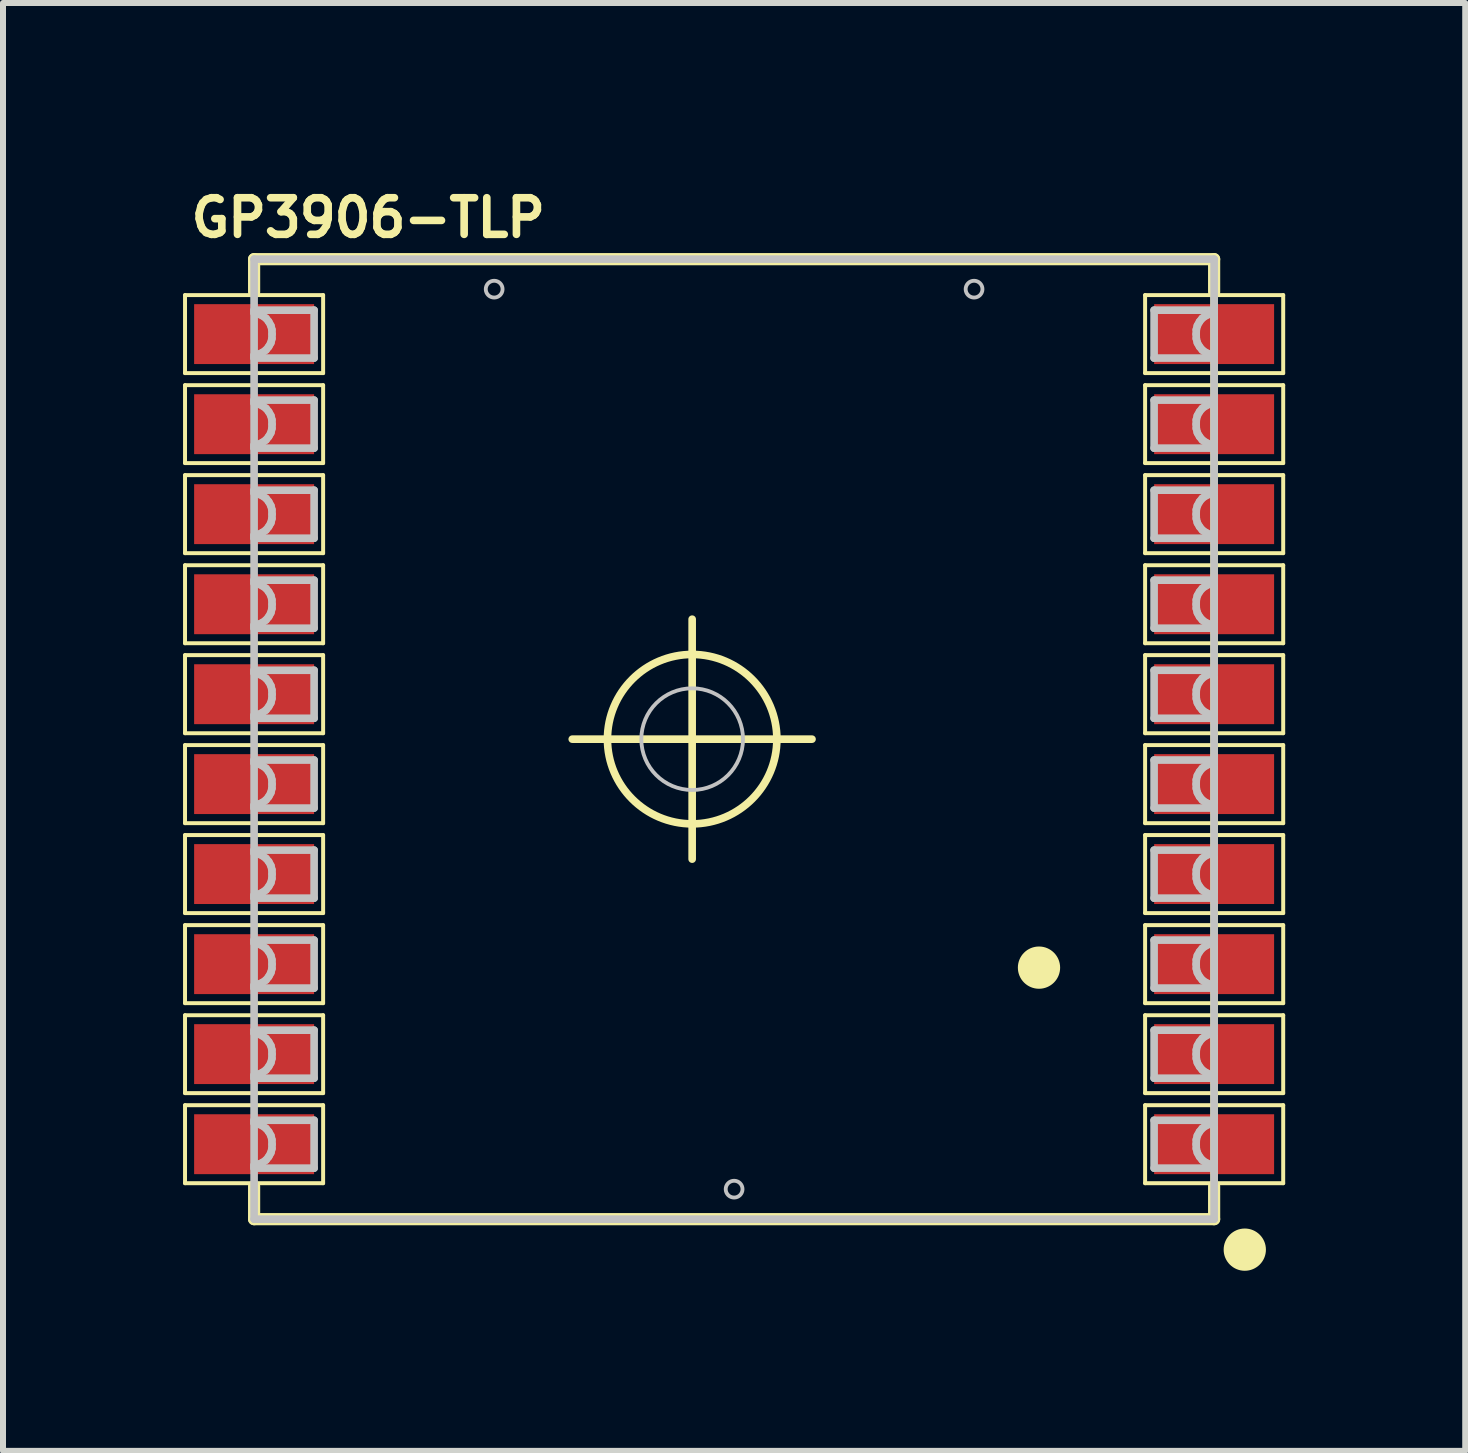
<source format=kicad_pcb>
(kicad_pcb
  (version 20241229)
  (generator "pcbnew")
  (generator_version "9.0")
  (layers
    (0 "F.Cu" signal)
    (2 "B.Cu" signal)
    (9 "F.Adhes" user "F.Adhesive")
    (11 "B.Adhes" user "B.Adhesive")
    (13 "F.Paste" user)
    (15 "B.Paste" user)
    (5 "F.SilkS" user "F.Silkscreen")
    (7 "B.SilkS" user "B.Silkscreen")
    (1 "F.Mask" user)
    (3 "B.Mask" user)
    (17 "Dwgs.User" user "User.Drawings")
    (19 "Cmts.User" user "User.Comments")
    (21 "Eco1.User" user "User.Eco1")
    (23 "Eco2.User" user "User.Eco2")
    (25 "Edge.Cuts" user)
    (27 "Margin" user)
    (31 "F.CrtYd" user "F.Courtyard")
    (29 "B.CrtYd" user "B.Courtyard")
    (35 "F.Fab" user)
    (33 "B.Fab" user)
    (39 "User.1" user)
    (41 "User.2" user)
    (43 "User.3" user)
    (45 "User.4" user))
  (footprint "GP3906-TLP"
    (layer "F.Cu")
    (at 9.182 9.266)
    (property "Reference" "GP3906-TLP" (at -6.096 -8.687 0) (layer "F.SilkS") (effects (font (size 0.61 0.61) (thickness 0.127))))
    (attr smd)
    (fp_line (start -9.149 -7.399) (end -6.848 -7.399) (stroke (width 0.066) (type solid)) (layer "F.SilkS"))
    (fp_line (start -9.149 -6.099) (end -9.149 -7.399) (stroke (width 0.066) (type solid)) (layer "F.SilkS"))
    (fp_line (start -9.149 -6.099) (end -6.848 -6.099) (stroke (width 0.066) (type solid)) (layer "F.SilkS"))
    (fp_line (start -9.149 -5.898) (end -6.848 -5.898) (stroke (width 0.066) (type solid)) (layer "F.SilkS"))
    (fp_line (start -9.149 -4.6) (end -9.149 -5.898) (stroke (width 0.066) (type solid)) (layer "F.SilkS"))
    (fp_line (start -9.149 -4.6) (end -6.848 -4.6) (stroke (width 0.066) (type solid)) (layer "F.SilkS"))
    (fp_line (start -9.149 -4.399) (end -6.848 -4.399) (stroke (width 0.066) (type solid)) (layer "F.SilkS"))
    (fp_line (start -9.149 -3.099) (end -9.149 -4.399) (stroke (width 0.066) (type solid)) (layer "F.SilkS"))
    (fp_line (start -9.149 -3.099) (end -6.848 -3.099) (stroke (width 0.066) (type solid)) (layer "F.SilkS"))
    (fp_line (start -9.149 -2.898) (end -6.848 -2.898) (stroke (width 0.066) (type solid)) (layer "F.SilkS"))
    (fp_line (start -9.149 -1.598) (end -9.149 -2.898) (stroke (width 0.066) (type solid)) (layer "F.SilkS"))
    (fp_line (start -9.149 -1.598) (end -6.848 -1.598) (stroke (width 0.066) (type solid)) (layer "F.SilkS"))
    (fp_line (start -9.149 -1.4) (end -6.848 -1.4) (stroke (width 0.066) (type solid)) (layer "F.SilkS"))
    (fp_line (start -9.149 -0.099) (end -9.149 -1.4) (stroke (width 0.066) (type solid)) (layer "F.SilkS"))
    (fp_line (start -9.149 -0.099) (end -6.848 -0.099) (stroke (width 0.066) (type solid)) (layer "F.SilkS"))
    (fp_line (start -9.149 0.099) (end -6.848 0.099) (stroke (width 0.066) (type solid)) (layer "F.SilkS"))
    (fp_line (start -9.149 1.4) (end -9.149 0.099) (stroke (width 0.066) (type solid)) (layer "F.SilkS"))
    (fp_line (start -9.149 1.4) (end -6.848 1.4) (stroke (width 0.066) (type solid)) (layer "F.SilkS"))
    (fp_line (start -9.149 1.598) (end -6.848 1.598) (stroke (width 0.066) (type solid)) (layer "F.SilkS"))
    (fp_line (start -9.149 2.898) (end -9.149 1.598) (stroke (width 0.066) (type solid)) (layer "F.SilkS"))
    (fp_line (start -9.149 2.898) (end -6.848 2.898) (stroke (width 0.066) (type solid)) (layer "F.SilkS"))
    (fp_line (start -9.149 3.099) (end -6.848 3.099) (stroke (width 0.066) (type solid)) (layer "F.SilkS"))
    (fp_line (start -9.149 4.399) (end -9.149 3.099) (stroke (width 0.066) (type solid)) (layer "F.SilkS"))
    (fp_line (start -9.149 4.399) (end -6.848 4.399) (stroke (width 0.066) (type solid)) (layer "F.SilkS"))
    (fp_line (start -9.149 4.6) (end -6.848 4.6) (stroke (width 0.066) (type solid)) (layer "F.SilkS"))
    (fp_line (start -9.149 5.898) (end -9.149 4.6) (stroke (width 0.066) (type solid)) (layer "F.SilkS"))
    (fp_line (start -9.149 5.898) (end -6.848 5.898) (stroke (width 0.066) (type solid)) (layer "F.SilkS"))
    (fp_line (start -9.149 6.099) (end -6.848 6.099) (stroke (width 0.066) (type solid)) (layer "F.SilkS"))
    (fp_line (start -9.149 7.399) (end -9.149 6.099) (stroke (width 0.066) (type solid)) (layer "F.SilkS"))
    (fp_line (start -9.149 7.399) (end -6.848 7.399) (stroke (width 0.066) (type solid)) (layer "F.SilkS"))
    (fp_line (start -7.998 -7.998) (end -7.998 -7.45) (stroke (width 0.203) (type solid)) (layer "F.SilkS"))
    (fp_line (start -7.998 -7.998) (end 7.998 -7.998) (stroke (width 0.203) (type solid)) (layer "F.SilkS"))
    (fp_line (start -7.998 7.998) (end -7.998 7.45) (stroke (width 0.203) (type solid)) (layer "F.SilkS"))
    (fp_line (start -6.848 -6.099) (end -6.848 -7.399) (stroke (width 0.066) (type solid)) (layer "F.SilkS"))
    (fp_line (start -6.848 -4.6) (end -6.848 -5.898) (stroke (width 0.066) (type solid)) (layer "F.SilkS"))
    (fp_line (start -6.848 -3.099) (end -6.848 -4.399) (stroke (width 0.066) (type solid)) (layer "F.SilkS"))
    (fp_line (start -6.848 -1.598) (end -6.848 -2.898) (stroke (width 0.066) (type solid)) (layer "F.SilkS"))
    (fp_line (start -6.848 -0.099) (end -6.848 -1.4) (stroke (width 0.066) (type solid)) (layer "F.SilkS"))
    (fp_line (start -6.848 1.4) (end -6.848 0.099) (stroke (width 0.066) (type solid)) (layer "F.SilkS"))
    (fp_line (start -6.848 2.898) (end -6.848 1.598) (stroke (width 0.066) (type solid)) (layer "F.SilkS"))
    (fp_line (start -6.848 4.399) (end -6.848 3.099) (stroke (width 0.066) (type solid)) (layer "F.SilkS"))
    (fp_line (start -6.848 5.898) (end -6.848 4.6) (stroke (width 0.066) (type solid)) (layer "F.SilkS"))
    (fp_line (start -6.848 7.399) (end -6.848 6.099) (stroke (width 0.066) (type solid)) (layer "F.SilkS"))
    (fp_line (start -2.697 0) (end 1.298 0) (stroke (width 0.127) (type solid)) (layer "F.SilkS"))
    (fp_line (start -0.699 1.999) (end -0.699 -1.999) (stroke (width 0.127) (type solid)) (layer "F.SilkS"))
    (fp_line (start 6.848 -7.399) (end 9.149 -7.399) (stroke (width 0.066) (type solid)) (layer "F.SilkS"))
    (fp_line (start 6.848 -6.099) (end 6.848 -7.399) (stroke (width 0.066) (type solid)) (layer "F.SilkS"))
    (fp_line (start 6.848 -6.099) (end 9.149 -6.099) (stroke (width 0.066) (type solid)) (layer "F.SilkS"))
    (fp_line (start 6.848 -5.898) (end 9.149 -5.898) (stroke (width 0.066) (type solid)) (layer "F.SilkS"))
    (fp_line (start 6.848 -4.6) (end 6.848 -5.898) (stroke (width 0.066) (type solid)) (layer "F.SilkS"))
    (fp_line (start 6.848 -4.6) (end 9.149 -4.6) (stroke (width 0.066) (type solid)) (layer "F.SilkS"))
    (fp_line (start 6.848 -4.399) (end 9.149 -4.399) (stroke (width 0.066) (type solid)) (layer "F.SilkS"))
    (fp_line (start 6.848 -3.099) (end 6.848 -4.399) (stroke (width 0.066) (type solid)) (layer "F.SilkS"))
    (fp_line (start 6.848 -3.099) (end 9.149 -3.099) (stroke (width 0.066) (type solid)) (layer "F.SilkS"))
    (fp_line (start 6.848 -2.898) (end 9.149 -2.898) (stroke (width 0.066) (type solid)) (layer "F.SilkS"))
    (fp_line (start 6.848 -1.598) (end 6.848 -2.898) (stroke (width 0.066) (type solid)) (layer "F.SilkS"))
    (fp_line (start 6.848 -1.598) (end 9.149 -1.598) (stroke (width 0.066) (type solid)) (layer "F.SilkS"))
    (fp_line (start 6.848 -1.4) (end 9.149 -1.4) (stroke (width 0.066) (type solid)) (layer "F.SilkS"))
    (fp_line (start 6.848 -0.099) (end 6.848 -1.4) (stroke (width 0.066) (type solid)) (layer "F.SilkS"))
    (fp_line (start 6.848 -0.099) (end 9.149 -0.099) (stroke (width 0.066) (type solid)) (layer "F.SilkS"))
    (fp_line (start 6.848 0.099) (end 9.149 0.099) (stroke (width 0.066) (type solid)) (layer "F.SilkS"))
    (fp_line (start 6.848 1.4) (end 6.848 0.099) (stroke (width 0.066) (type solid)) (layer "F.SilkS"))
    (fp_line (start 6.848 1.4) (end 9.149 1.4) (stroke (width 0.066) (type solid)) (layer "F.SilkS"))
    (fp_line (start 6.848 1.598) (end 9.149 1.598) (stroke (width 0.066) (type solid)) (layer "F.SilkS"))
    (fp_line (start 6.848 2.898) (end 6.848 1.598) (stroke (width 0.066) (type solid)) (layer "F.SilkS"))
    (fp_line (start 6.848 2.898) (end 9.149 2.898) (stroke (width 0.066) (type solid)) (layer "F.SilkS"))
    (fp_line (start 6.848 3.099) (end 9.149 3.099) (stroke (width 0.066) (type solid)) (layer "F.SilkS"))
    (fp_line (start 6.848 4.399) (end 6.848 3.099) (stroke (width 0.066) (type solid)) (layer "F.SilkS"))
    (fp_line (start 6.848 4.399) (end 9.149 4.399) (stroke (width 0.066) (type solid)) (layer "F.SilkS"))
    (fp_line (start 6.848 4.6) (end 9.149 4.6) (stroke (width 0.066) (type solid)) (layer "F.SilkS"))
    (fp_line (start 6.848 5.898) (end 6.848 4.6) (stroke (width 0.066) (type solid)) (layer "F.SilkS"))
    (fp_line (start 6.848 5.898) (end 9.149 5.898) (stroke (width 0.066) (type solid)) (layer "F.SilkS"))
    (fp_line (start 6.848 6.099) (end 9.149 6.099) (stroke (width 0.066) (type solid)) (layer "F.SilkS"))
    (fp_line (start 6.848 7.399) (end 6.848 6.099) (stroke (width 0.066) (type solid)) (layer "F.SilkS"))
    (fp_line (start 6.848 7.399) (end 9.149 7.399) (stroke (width 0.066) (type solid)) (layer "F.SilkS"))
    (fp_line (start 7.998 -7.998) (end 7.998 -7.45) (stroke (width 0.203) (type solid)) (layer "F.SilkS"))
    (fp_line (start 7.998 -7.45) (end 7.998 7.45) (stroke (width 0.127) (type solid)) (layer "F.SilkS"))
    (fp_line (start 7.998 7.998) (end -7.998 7.998) (stroke (width 0.203) (type solid)) (layer "F.SilkS"))
    (fp_line (start 7.998 7.998) (end 7.998 7.45) (stroke (width 0.203) (type solid)) (layer "F.SilkS"))
    (fp_line (start 9.149 -6.099) (end 9.149 -7.399) (stroke (width 0.066) (type solid)) (layer "F.SilkS"))
    (fp_line (start 9.149 -4.6) (end 9.149 -5.898) (stroke (width 0.066) (type solid)) (layer "F.SilkS"))
    (fp_line (start 9.149 -3.099) (end 9.149 -4.399) (stroke (width 0.066) (type solid)) (layer "F.SilkS"))
    (fp_line (start 9.149 -1.598) (end 9.149 -2.898) (stroke (width 0.066) (type solid)) (layer "F.SilkS"))
    (fp_line (start 9.149 -0.099) (end 9.149 -1.4) (stroke (width 0.066) (type solid)) (layer "F.SilkS"))
    (fp_line (start 9.149 1.4) (end 9.149 0.099) (stroke (width 0.066) (type solid)) (layer "F.SilkS"))
    (fp_line (start 9.149 2.898) (end 9.149 1.598) (stroke (width 0.066) (type solid)) (layer "F.SilkS"))
    (fp_line (start 9.149 4.399) (end 9.149 3.099) (stroke (width 0.066) (type solid)) (layer "F.SilkS"))
    (fp_line (start 9.149 5.898) (end 9.149 4.6) (stroke (width 0.066) (type solid)) (layer "F.SilkS"))
    (fp_line (start 9.149 7.399) (end 9.149 6.099) (stroke (width 0.066) (type solid)) (layer "F.SilkS"))
    (fp_circle (center -0.699 0) (end -1.697 0.998) (stroke (width 0.127) (type solid)) (fill no) (layer "F.SilkS"))
    (fp_circle (center 5.08 3.807) (end 5.329 4.056) (stroke (width 0) (type solid)) (fill yes) (layer "F.SilkS"))
    (fp_circle (center 8.509 8.506) (end 8.758 8.755) (stroke (width 0) (type solid)) (fill yes) (layer "F.SilkS"))
    (fp_line (start -7.998 -7.998) (end 7.998 -7.998) (stroke (width 0.127) (type solid)) (layer "Dwgs.User"))
    (fp_line (start -7.998 -7.148) (end -6.998 -7.148) (stroke (width 0.127) (type solid)) (layer "Dwgs.User"))
    (fp_line (start -7.998 -7.099) (end -7.998 -7.148) (stroke (width 0.127) (type solid)) (layer "Dwgs.User"))
    (fp_line (start -7.998 -6.398) (end -7.927 -6.413) (stroke (width 0.127) (type solid)) (layer "Dwgs.User"))
    (fp_line (start -7.998 -6.35) (end -7.998 -6.398) (stroke (width 0.127) (type solid)) (layer "Dwgs.User"))
    (fp_line (start -7.998 -5.649) (end -6.998 -5.649) (stroke (width 0.127) (type solid)) (layer "Dwgs.User"))
    (fp_line (start -7.998 -5.598) (end -7.998 -5.649) (stroke (width 0.127) (type solid)) (layer "Dwgs.User"))
    (fp_line (start -7.998 -4.9) (end -7.927 -4.912) (stroke (width 0.127) (type solid)) (layer "Dwgs.User"))
    (fp_line (start -7.998 -4.849) (end -7.998 -4.9) (stroke (width 0.127) (type solid)) (layer "Dwgs.User"))
    (fp_line (start -7.998 -4.148) (end -6.998 -4.148) (stroke (width 0.127) (type solid)) (layer "Dwgs.User"))
    (fp_line (start -7.998 -4.1) (end -7.998 -4.148) (stroke (width 0.127) (type solid)) (layer "Dwgs.User"))
    (fp_line (start -7.998 -3.399) (end -7.927 -3.411) (stroke (width 0.127) (type solid)) (layer "Dwgs.User"))
    (fp_line (start -7.998 -3.348) (end -7.998 -3.399) (stroke (width 0.127) (type solid)) (layer "Dwgs.User"))
    (fp_line (start -7.998 -2.649) (end -6.998 -2.649) (stroke (width 0.127) (type solid)) (layer "Dwgs.User"))
    (fp_line (start -7.998 -2.598) (end -7.998 -2.649) (stroke (width 0.127) (type solid)) (layer "Dwgs.User"))
    (fp_line (start -7.998 -1.9) (end -7.927 -1.913) (stroke (width 0.127) (type solid)) (layer "Dwgs.User"))
    (fp_line (start -7.998 -1.849) (end -7.998 -1.9) (stroke (width 0.127) (type solid)) (layer "Dwgs.User"))
    (fp_line (start -7.998 -1.148) (end -6.998 -1.148) (stroke (width 0.127) (type solid)) (layer "Dwgs.User"))
    (fp_line (start -7.998 -1.1) (end -7.998 -1.148) (stroke (width 0.127) (type solid)) (layer "Dwgs.User"))
    (fp_line (start -7.998 -0.399) (end -7.927 -0.411) (stroke (width 0.127) (type solid)) (layer "Dwgs.User"))
    (fp_line (start -7.998 -0.348) (end -7.998 -0.399) (stroke (width 0.127) (type solid)) (layer "Dwgs.User"))
    (fp_line (start -7.998 0.348) (end -6.998 0.348) (stroke (width 0.127) (type solid)) (layer "Dwgs.User"))
    (fp_line (start -7.998 0.399) (end -7.998 0.348) (stroke (width 0.127) (type solid)) (layer "Dwgs.User"))
    (fp_line (start -7.998 1.1) (end -7.927 1.085) (stroke (width 0.127) (type solid)) (layer "Dwgs.User"))
    (fp_line (start -7.998 1.148) (end -7.998 1.1) (stroke (width 0.127) (type solid)) (layer "Dwgs.User"))
    (fp_line (start -7.998 1.849) (end -6.998 1.849) (stroke (width 0.127) (type solid)) (layer "Dwgs.User"))
    (fp_line (start -7.998 1.9) (end -7.998 1.849) (stroke (width 0.127) (type solid)) (layer "Dwgs.User"))
    (fp_line (start -7.998 2.598) (end -7.927 2.586) (stroke (width 0.127) (type solid)) (layer "Dwgs.User"))
    (fp_line (start -7.998 2.649) (end -7.998 2.598) (stroke (width 0.127) (type solid)) (layer "Dwgs.User"))
    (fp_line (start -7.998 3.348) (end -6.998 3.348) (stroke (width 0.127) (type solid)) (layer "Dwgs.User"))
    (fp_line (start -7.998 3.399) (end -7.998 3.348) (stroke (width 0.127) (type solid)) (layer "Dwgs.User"))
    (fp_line (start -7.998 4.1) (end -7.927 4.084) (stroke (width 0.127) (type solid)) (layer "Dwgs.User"))
    (fp_line (start -7.998 4.148) (end -7.998 4.1) (stroke (width 0.127) (type solid)) (layer "Dwgs.User"))
    (fp_line (start -7.998 4.849) (end -6.998 4.849) (stroke (width 0.127) (type solid)) (layer "Dwgs.User"))
    (fp_line (start -7.998 4.9) (end -7.998 4.849) (stroke (width 0.127) (type solid)) (layer "Dwgs.User"))
    (fp_line (start -7.998 5.598) (end -7.927 5.585) (stroke (width 0.127) (type solid)) (layer "Dwgs.User"))
    (fp_line (start -7.998 5.649) (end -7.998 5.598) (stroke (width 0.127) (type solid)) (layer "Dwgs.User"))
    (fp_line (start -7.998 6.35) (end -6.998 6.35) (stroke (width 0.127) (type solid)) (layer "Dwgs.User"))
    (fp_line (start -7.998 6.398) (end -7.998 6.35) (stroke (width 0.127) (type solid)) (layer "Dwgs.User"))
    (fp_line (start -7.998 7.099) (end -7.927 7.084) (stroke (width 0.127) (type solid)) (layer "Dwgs.User"))
    (fp_line (start -7.998 7.148) (end -7.998 7.099) (stroke (width 0.127) (type solid)) (layer "Dwgs.User"))
    (fp_line (start -7.998 7.998) (end -7.998 -7.998) (stroke (width 0.127) (type solid)) (layer "Dwgs.User"))
    (fp_line (start -7.927 -7.084) (end -7.998 -7.099) (stroke (width 0.127) (type solid)) (layer "Dwgs.User"))
    (fp_line (start -7.927 -6.413) (end -7.861 -6.441) (stroke (width 0.127) (type solid)) (layer "Dwgs.User"))
    (fp_line (start -7.927 -5.585) (end -7.998 -5.598) (stroke (width 0.127) (type solid)) (layer "Dwgs.User"))
    (fp_line (start -7.927 -4.912) (end -7.861 -4.943) (stroke (width 0.127) (type solid)) (layer "Dwgs.User"))
    (fp_line (start -7.927 -4.084) (end -7.998 -4.1) (stroke (width 0.127) (type solid)) (layer "Dwgs.User"))
    (fp_line (start -7.927 -3.411) (end -7.861 -3.442) (stroke (width 0.127) (type solid)) (layer "Dwgs.User"))
    (fp_line (start -7.927 -2.586) (end -7.998 -2.598) (stroke (width 0.127) (type solid)) (layer "Dwgs.User"))
    (fp_line (start -7.927 -1.913) (end -7.861 -1.941) (stroke (width 0.127) (type solid)) (layer "Dwgs.User"))
    (fp_line (start -7.927 -1.085) (end -7.998 -1.1) (stroke (width 0.127) (type solid)) (layer "Dwgs.User"))
    (fp_line (start -7.927 -0.411) (end -7.861 -0.442) (stroke (width 0.127) (type solid)) (layer "Dwgs.User"))
    (fp_line (start -7.927 0.411) (end -7.998 0.399) (stroke (width 0.127) (type solid)) (layer "Dwgs.User"))
    (fp_line (start -7.927 1.085) (end -7.861 1.057) (stroke (width 0.127) (type solid)) (layer "Dwgs.User"))
    (fp_line (start -7.927 1.913) (end -7.998 1.9) (stroke (width 0.127) (type solid)) (layer "Dwgs.User"))
    (fp_line (start -7.927 2.586) (end -7.861 2.555) (stroke (width 0.127) (type solid)) (layer "Dwgs.User"))
    (fp_line (start -7.927 3.411) (end -7.998 3.399) (stroke (width 0.127) (type solid)) (layer "Dwgs.User"))
    (fp_line (start -7.927 4.084) (end -7.861 4.056) (stroke (width 0.127) (type solid)) (layer "Dwgs.User"))
    (fp_line (start -7.927 4.912) (end -7.998 4.9) (stroke (width 0.127) (type solid)) (layer "Dwgs.User"))
    (fp_line (start -7.927 5.585) (end -7.861 5.555) (stroke (width 0.127) (type solid)) (layer "Dwgs.User"))
    (fp_line (start -7.927 6.413) (end -7.998 6.398) (stroke (width 0.127) (type solid)) (layer "Dwgs.User"))
    (fp_line (start -7.927 7.084) (end -7.861 7.056) (stroke (width 0.127) (type solid)) (layer "Dwgs.User"))
    (fp_line (start -7.861 -7.056) (end -7.927 -7.084) (stroke (width 0.127) (type solid)) (layer "Dwgs.User"))
    (fp_line (start -7.861 -6.441) (end -7.8 -6.485) (stroke (width 0.127) (type solid)) (layer "Dwgs.User"))
    (fp_line (start -7.861 -5.555) (end -7.927 -5.585) (stroke (width 0.127) (type solid)) (layer "Dwgs.User"))
    (fp_line (start -7.861 -4.943) (end -7.8 -4.986) (stroke (width 0.127) (type solid)) (layer "Dwgs.User"))
    (fp_line (start -7.861 -4.056) (end -7.927 -4.084) (stroke (width 0.127) (type solid)) (layer "Dwgs.User"))
    (fp_line (start -7.861 -3.442) (end -7.8 -3.485) (stroke (width 0.127) (type solid)) (layer "Dwgs.User"))
    (fp_line (start -7.861 -2.555) (end -7.927 -2.586) (stroke (width 0.127) (type solid)) (layer "Dwgs.User"))
    (fp_line (start -7.861 -1.941) (end -7.8 -1.986) (stroke (width 0.127) (type solid)) (layer "Dwgs.User"))
    (fp_line (start -7.861 -1.057) (end -7.927 -1.085) (stroke (width 0.127) (type solid)) (layer "Dwgs.User"))
    (fp_line (start -7.861 -0.442) (end -7.8 -0.485) (stroke (width 0.127) (type solid)) (layer "Dwgs.User"))
    (fp_line (start -7.861 0.442) (end -7.927 0.411) (stroke (width 0.127) (type solid)) (layer "Dwgs.User"))
    (fp_line (start -7.861 1.057) (end -7.8 1.013) (stroke (width 0.127) (type solid)) (layer "Dwgs.User"))
    (fp_line (start -7.861 1.941) (end -7.927 1.913) (stroke (width 0.127) (type solid)) (layer "Dwgs.User"))
    (fp_line (start -7.861 2.555) (end -7.8 2.512) (stroke (width 0.127) (type solid)) (layer "Dwgs.User"))
    (fp_line (start -7.861 3.442) (end -7.927 3.411) (stroke (width 0.127) (type solid)) (layer "Dwgs.User"))
    (fp_line (start -7.861 4.056) (end -7.8 4.013) (stroke (width 0.127) (type solid)) (layer "Dwgs.User"))
    (fp_line (start -7.861 4.943) (end -7.927 4.912) (stroke (width 0.127) (type solid)) (layer "Dwgs.User"))
    (fp_line (start -7.861 5.555) (end -7.8 5.512) (stroke (width 0.127) (type solid)) (layer "Dwgs.User"))
    (fp_line (start -7.861 6.441) (end -7.927 6.413) (stroke (width 0.127) (type solid)) (layer "Dwgs.User"))
    (fp_line (start -7.861 7.056) (end -7.8 7.013) (stroke (width 0.127) (type solid)) (layer "Dwgs.User"))
    (fp_line (start -7.8 -7.013) (end -7.861 -7.056) (stroke (width 0.127) (type solid)) (layer "Dwgs.User"))
    (fp_line (start -7.8 -6.485) (end -7.755 -6.54) (stroke (width 0.127) (type solid)) (layer "Dwgs.User"))
    (fp_line (start -7.8 -5.512) (end -7.861 -5.555) (stroke (width 0.127) (type solid)) (layer "Dwgs.User"))
    (fp_line (start -7.8 -4.986) (end -7.755 -5.042) (stroke (width 0.127) (type solid)) (layer "Dwgs.User"))
    (fp_line (start -7.8 -4.013) (end -7.861 -4.056) (stroke (width 0.127) (type solid)) (layer "Dwgs.User"))
    (fp_line (start -7.8 -3.485) (end -7.755 -3.541) (stroke (width 0.127) (type solid)) (layer "Dwgs.User"))
    (fp_line (start -7.8 -2.512) (end -7.861 -2.555) (stroke (width 0.127) (type solid)) (layer "Dwgs.User"))
    (fp_line (start -7.8 -1.986) (end -7.755 -2.04) (stroke (width 0.127) (type solid)) (layer "Dwgs.User"))
    (fp_line (start -7.8 -1.013) (end -7.861 -1.057) (stroke (width 0.127) (type solid)) (layer "Dwgs.User"))
    (fp_line (start -7.8 -0.485) (end -7.755 -0.541) (stroke (width 0.127) (type solid)) (layer "Dwgs.User"))
    (fp_line (start -7.8 0.485) (end -7.861 0.442) (stroke (width 0.127) (type solid)) (layer "Dwgs.User"))
    (fp_line (start -7.8 1.013) (end -7.755 0.958) (stroke (width 0.127) (type solid)) (layer "Dwgs.User"))
    (fp_line (start -7.8 1.986) (end -7.861 1.941) (stroke (width 0.127) (type solid)) (layer "Dwgs.User"))
    (fp_line (start -7.8 2.512) (end -7.755 2.456) (stroke (width 0.127) (type solid)) (layer "Dwgs.User"))
    (fp_line (start -7.8 3.485) (end -7.861 3.442) (stroke (width 0.127) (type solid)) (layer "Dwgs.User"))
    (fp_line (start -7.8 4.013) (end -7.755 3.957) (stroke (width 0.127) (type solid)) (layer "Dwgs.User"))
    (fp_line (start -7.8 4.986) (end -7.861 4.943) (stroke (width 0.127) (type solid)) (layer "Dwgs.User"))
    (fp_line (start -7.8 5.512) (end -7.755 5.456) (stroke (width 0.127) (type solid)) (layer "Dwgs.User"))
    (fp_line (start -7.8 6.485) (end -7.861 6.441) (stroke (width 0.127) (type solid)) (layer "Dwgs.User"))
    (fp_line (start -7.8 7.013) (end -7.755 6.957) (stroke (width 0.127) (type solid)) (layer "Dwgs.User"))
    (fp_line (start -7.755 -6.957) (end -7.8 -7.013) (stroke (width 0.127) (type solid)) (layer "Dwgs.User"))
    (fp_line (start -7.755 -6.54) (end -7.719 -6.604) (stroke (width 0.127) (type solid)) (layer "Dwgs.User"))
    (fp_line (start -7.755 -5.456) (end -7.8 -5.512) (stroke (width 0.127) (type solid)) (layer "Dwgs.User"))
    (fp_line (start -7.755 -5.042) (end -7.719 -5.105) (stroke (width 0.127) (type solid)) (layer "Dwgs.User"))
    (fp_line (start -7.755 -3.957) (end -7.8 -4.013) (stroke (width 0.127) (type solid)) (layer "Dwgs.User"))
    (fp_line (start -7.755 -3.541) (end -7.719 -3.604) (stroke (width 0.127) (type solid)) (layer "Dwgs.User"))
    (fp_line (start -7.755 -2.456) (end -7.8 -2.512) (stroke (width 0.127) (type solid)) (layer "Dwgs.User"))
    (fp_line (start -7.755 -2.04) (end -7.719 -2.106) (stroke (width 0.127) (type solid)) (layer "Dwgs.User"))
    (fp_line (start -7.755 -0.958) (end -7.8 -1.013) (stroke (width 0.127) (type solid)) (layer "Dwgs.User"))
    (fp_line (start -7.755 -0.541) (end -7.719 -0.605) (stroke (width 0.127) (type solid)) (layer "Dwgs.User"))
    (fp_line (start -7.755 0.541) (end -7.8 0.485) (stroke (width 0.127) (type solid)) (layer "Dwgs.User"))
    (fp_line (start -7.755 0.958) (end -7.719 0.892) (stroke (width 0.127) (type solid)) (layer "Dwgs.User"))
    (fp_line (start -7.755 2.04) (end -7.8 1.986) (stroke (width 0.127) (type solid)) (layer "Dwgs.User"))
    (fp_line (start -7.755 2.456) (end -7.719 2.393) (stroke (width 0.127) (type solid)) (layer "Dwgs.User"))
    (fp_line (start -7.755 3.541) (end -7.8 3.485) (stroke (width 0.127) (type solid)) (layer "Dwgs.User"))
    (fp_line (start -7.755 3.957) (end -7.719 3.891) (stroke (width 0.127) (type solid)) (layer "Dwgs.User"))
    (fp_line (start -7.755 5.042) (end -7.8 4.986) (stroke (width 0.127) (type solid)) (layer "Dwgs.User"))
    (fp_line (start -7.755 5.456) (end -7.719 5.392) (stroke (width 0.127) (type solid)) (layer "Dwgs.User"))
    (fp_line (start -7.755 6.54) (end -7.8 6.485) (stroke (width 0.127) (type solid)) (layer "Dwgs.User"))
    (fp_line (start -7.755 6.957) (end -7.719 6.891) (stroke (width 0.127) (type solid)) (layer "Dwgs.User"))
    (fp_line (start -7.719 -6.891) (end -7.755 -6.957) (stroke (width 0.127) (type solid)) (layer "Dwgs.User"))
    (fp_line (start -7.719 -6.604) (end -7.701 -6.675) (stroke (width 0.127) (type solid)) (layer "Dwgs.User"))
    (fp_line (start -7.719 -5.392) (end -7.755 -5.456) (stroke (width 0.127) (type solid)) (layer "Dwgs.User"))
    (fp_line (start -7.719 -5.105) (end -7.701 -5.177) (stroke (width 0.127) (type solid)) (layer "Dwgs.User"))
    (fp_line (start -7.719 -3.891) (end -7.755 -3.957) (stroke (width 0.127) (type solid)) (layer "Dwgs.User"))
    (fp_line (start -7.719 -3.604) (end -7.701 -3.675) (stroke (width 0.127) (type solid)) (layer "Dwgs.User"))
    (fp_line (start -7.719 -2.393) (end -7.755 -2.456) (stroke (width 0.127) (type solid)) (layer "Dwgs.User"))
    (fp_line (start -7.719 -2.106) (end -7.701 -2.177) (stroke (width 0.127) (type solid)) (layer "Dwgs.User"))
    (fp_line (start -7.719 -0.892) (end -7.755 -0.958) (stroke (width 0.127) (type solid)) (layer "Dwgs.User"))
    (fp_line (start -7.719 -0.605) (end -7.701 -0.676) (stroke (width 0.127) (type solid)) (layer "Dwgs.User"))
    (fp_line (start -7.719 0.605) (end -7.755 0.541) (stroke (width 0.127) (type solid)) (layer "Dwgs.User"))
    (fp_line (start -7.719 0.892) (end -7.701 0.82) (stroke (width 0.127) (type solid)) (layer "Dwgs.User"))
    (fp_line (start -7.719 2.106) (end -7.755 2.04) (stroke (width 0.127) (type solid)) (layer "Dwgs.User"))
    (fp_line (start -7.719 2.393) (end -7.701 2.322) (stroke (width 0.127) (type solid)) (layer "Dwgs.User"))
    (fp_line (start -7.719 3.604) (end -7.755 3.541) (stroke (width 0.127) (type solid)) (layer "Dwgs.User"))
    (fp_line (start -7.719 3.891) (end -7.701 3.823) (stroke (width 0.127) (type solid)) (layer "Dwgs.User"))
    (fp_line (start -7.719 5.105) (end -7.755 5.042) (stroke (width 0.127) (type solid)) (layer "Dwgs.User"))
    (fp_line (start -7.719 5.392) (end -7.701 5.321) (stroke (width 0.127) (type solid)) (layer "Dwgs.User"))
    (fp_line (start -7.719 6.604) (end -7.755 6.54) (stroke (width 0.127) (type solid)) (layer "Dwgs.User"))
    (fp_line (start -7.719 6.891) (end -7.701 6.822) (stroke (width 0.127) (type solid)) (layer "Dwgs.User"))
    (fp_line (start -7.701 -6.822) (end -7.719 -6.891) (stroke (width 0.127) (type solid)) (layer "Dwgs.User"))
    (fp_line (start -7.701 -6.675) (end -7.699 -6.749) (stroke (width 0.127) (type solid)) (layer "Dwgs.User"))
    (fp_line (start -7.701 -5.321) (end -7.719 -5.392) (stroke (width 0.127) (type solid)) (layer "Dwgs.User"))
    (fp_line (start -7.701 -5.177) (end -7.699 -5.248) (stroke (width 0.127) (type solid)) (layer "Dwgs.User"))
    (fp_line (start -7.701 -3.823) (end -7.719 -3.891) (stroke (width 0.127) (type solid)) (layer "Dwgs.User"))
    (fp_line (start -7.701 -3.675) (end -7.699 -3.749) (stroke (width 0.127) (type solid)) (layer "Dwgs.User"))
    (fp_line (start -7.701 -2.322) (end -7.719 -2.393) (stroke (width 0.127) (type solid)) (layer "Dwgs.User"))
    (fp_line (start -7.701 -2.177) (end -7.699 -2.248) (stroke (width 0.127) (type solid)) (layer "Dwgs.User"))
    (fp_line (start -7.701 -0.82) (end -7.719 -0.892) (stroke (width 0.127) (type solid)) (layer "Dwgs.User"))
    (fp_line (start -7.701 -0.676) (end -7.699 -0.749) (stroke (width 0.127) (type solid)) (layer "Dwgs.User"))
    (fp_line (start -7.701 0.676) (end -7.719 0.605) (stroke (width 0.127) (type solid)) (layer "Dwgs.User"))
    (fp_line (start -7.701 0.82) (end -7.699 0.749) (stroke (width 0.127) (type solid)) (layer "Dwgs.User"))
    (fp_line (start -7.701 2.177) (end -7.719 2.106) (stroke (width 0.127) (type solid)) (layer "Dwgs.User"))
    (fp_line (start -7.701 2.322) (end -7.699 2.248) (stroke (width 0.127) (type solid)) (layer "Dwgs.User"))
    (fp_line (start -7.701 3.675) (end -7.719 3.604) (stroke (width 0.127) (type solid)) (layer "Dwgs.User"))
    (fp_line (start -7.701 3.823) (end -7.699 3.749) (stroke (width 0.127) (type solid)) (layer "Dwgs.User"))
    (fp_line (start -7.701 5.177) (end -7.719 5.105) (stroke (width 0.127) (type solid)) (layer "Dwgs.User"))
    (fp_line (start -7.701 5.321) (end -7.699 5.248) (stroke (width 0.127) (type solid)) (layer "Dwgs.User"))
    (fp_line (start -7.701 6.675) (end -7.719 6.604) (stroke (width 0.127) (type solid)) (layer "Dwgs.User"))
    (fp_line (start -7.701 6.822) (end -7.699 6.749) (stroke (width 0.127) (type solid)) (layer "Dwgs.User"))
    (fp_line (start -7.699 -6.749) (end -7.701 -6.822) (stroke (width 0.127) (type solid)) (layer "Dwgs.User"))
    (fp_line (start -7.699 -5.248) (end -7.701 -5.321) (stroke (width 0.127) (type solid)) (layer "Dwgs.User"))
    (fp_line (start -7.699 -3.749) (end -7.701 -3.823) (stroke (width 0.127) (type solid)) (layer "Dwgs.User"))
    (fp_line (start -7.699 -2.248) (end -7.701 -2.322) (stroke (width 0.127) (type solid)) (layer "Dwgs.User"))
    (fp_line (start -7.699 -0.749) (end -7.701 -0.82) (stroke (width 0.127) (type solid)) (layer "Dwgs.User"))
    (fp_line (start -7.699 0.749) (end -7.701 0.676) (stroke (width 0.127) (type solid)) (layer "Dwgs.User"))
    (fp_line (start -7.699 2.248) (end -7.701 2.177) (stroke (width 0.127) (type solid)) (layer "Dwgs.User"))
    (fp_line (start -7.699 3.749) (end -7.701 3.675) (stroke (width 0.127) (type solid)) (layer "Dwgs.User"))
    (fp_line (start -7.699 5.248) (end -7.701 5.177) (stroke (width 0.127) (type solid)) (layer "Dwgs.User"))
    (fp_line (start -7.699 6.749) (end -7.701 6.675) (stroke (width 0.127) (type solid)) (layer "Dwgs.User"))
    (fp_line (start -6.998 -7.148) (end -6.998 -6.35) (stroke (width 0.127) (type solid)) (layer "Dwgs.User"))
    (fp_line (start -6.998 -6.35) (end -7.998 -6.35) (stroke (width 0.127) (type solid)) (layer "Dwgs.User"))
    (fp_line (start -6.998 -5.649) (end -6.998 -4.849) (stroke (width 0.127) (type solid)) (layer "Dwgs.User"))
    (fp_line (start -6.998 -4.849) (end -7.998 -4.849) (stroke (width 0.127) (type solid)) (layer "Dwgs.User"))
    (fp_line (start -6.998 -4.148) (end -6.998 -3.348) (stroke (width 0.127) (type solid)) (layer "Dwgs.User"))
    (fp_line (start -6.998 -3.348) (end -7.998 -3.348) (stroke (width 0.127) (type solid)) (layer "Dwgs.User"))
    (fp_line (start -6.998 -2.649) (end -6.998 -1.849) (stroke (width 0.127) (type solid)) (layer "Dwgs.User"))
    (fp_line (start -6.998 -1.849) (end -7.998 -1.849) (stroke (width 0.127) (type solid)) (layer "Dwgs.User"))
    (fp_line (start -6.998 -1.148) (end -6.998 -0.348) (stroke (width 0.127) (type solid)) (layer "Dwgs.User"))
    (fp_line (start -6.998 -0.348) (end -7.998 -0.348) (stroke (width 0.127) (type solid)) (layer "Dwgs.User"))
    (fp_line (start -6.998 0.348) (end -6.998 1.148) (stroke (width 0.127) (type solid)) (layer "Dwgs.User"))
    (fp_line (start -6.998 1.148) (end -7.998 1.148) (stroke (width 0.127) (type solid)) (layer "Dwgs.User"))
    (fp_line (start -6.998 1.849) (end -6.998 2.649) (stroke (width 0.127) (type solid)) (layer "Dwgs.User"))
    (fp_line (start -6.998 2.649) (end -7.998 2.649) (stroke (width 0.127) (type solid)) (layer "Dwgs.User"))
    (fp_line (start -6.998 3.348) (end -6.998 4.148) (stroke (width 0.127) (type solid)) (layer "Dwgs.User"))
    (fp_line (start -6.998 4.148) (end -7.998 4.148) (stroke (width 0.127) (type solid)) (layer "Dwgs.User"))
    (fp_line (start -6.998 4.849) (end -6.998 5.649) (stroke (width 0.127) (type solid)) (layer "Dwgs.User"))
    (fp_line (start -6.998 5.649) (end -7.998 5.649) (stroke (width 0.127) (type solid)) (layer "Dwgs.User"))
    (fp_line (start -6.998 6.35) (end -6.998 7.148) (stroke (width 0.127) (type solid)) (layer "Dwgs.User"))
    (fp_line (start -6.998 7.148) (end -7.998 7.148) (stroke (width 0.127) (type solid)) (layer "Dwgs.User"))
    (fp_line (start 6.998 -7.148) (end 7.998 -7.148) (stroke (width 0.127) (type solid)) (layer "Dwgs.User"))
    (fp_line (start 6.998 -6.35) (end 6.998 -7.148) (stroke (width 0.127) (type solid)) (layer "Dwgs.User"))
    (fp_line (start 6.998 -5.649) (end 7.998 -5.649) (stroke (width 0.127) (type solid)) (layer "Dwgs.User"))
    (fp_line (start 6.998 -4.849) (end 6.998 -5.649) (stroke (width 0.127) (type solid)) (layer "Dwgs.User"))
    (fp_line (start 6.998 -4.148) (end 7.998 -4.148) (stroke (width 0.127) (type solid)) (layer "Dwgs.User"))
    (fp_line (start 6.998 -3.348) (end 6.998 -4.148) (stroke (width 0.127) (type solid)) (layer "Dwgs.User"))
    (fp_line (start 6.998 -2.649) (end 7.998 -2.649) (stroke (width 0.127) (type solid)) (layer "Dwgs.User"))
    (fp_line (start 6.998 -1.849) (end 6.998 -2.649) (stroke (width 0.127) (type solid)) (layer "Dwgs.User"))
    (fp_line (start 6.998 -1.148) (end 7.998 -1.148) (stroke (width 0.127) (type solid)) (layer "Dwgs.User"))
    (fp_line (start 6.998 -0.348) (end 6.998 -1.148) (stroke (width 0.127) (type solid)) (layer "Dwgs.User"))
    (fp_line (start 6.998 0.348) (end 7.998 0.348) (stroke (width 0.127) (type solid)) (layer "Dwgs.User"))
    (fp_line (start 6.998 1.148) (end 6.998 0.348) (stroke (width 0.127) (type solid)) (layer "Dwgs.User"))
    (fp_line (start 6.998 1.849) (end 7.998 1.849) (stroke (width 0.127) (type solid)) (layer "Dwgs.User"))
    (fp_line (start 6.998 2.649) (end 6.998 1.849) (stroke (width 0.127) (type solid)) (layer "Dwgs.User"))
    (fp_line (start 6.998 3.348) (end 7.998 3.348) (stroke (width 0.127) (type solid)) (layer "Dwgs.User"))
    (fp_line (start 6.998 4.148) (end 6.998 3.348) (stroke (width 0.127) (type solid)) (layer "Dwgs.User"))
    (fp_line (start 6.998 4.849) (end 7.998 4.849) (stroke (width 0.127) (type solid)) (layer "Dwgs.User"))
    (fp_line (start 6.998 5.649) (end 6.998 4.849) (stroke (width 0.127) (type solid)) (layer "Dwgs.User"))
    (fp_line (start 6.998 6.35) (end 7.998 6.35) (stroke (width 0.127) (type solid)) (layer "Dwgs.User"))
    (fp_line (start 6.998 7.148) (end 6.998 6.35) (stroke (width 0.127) (type solid)) (layer "Dwgs.User"))
    (fp_line (start 7.699 -6.749) (end 7.701 -6.675) (stroke (width 0.127) (type solid)) (layer "Dwgs.User"))
    (fp_line (start 7.699 -5.248) (end 7.701 -5.177) (stroke (width 0.127) (type solid)) (layer "Dwgs.User"))
    (fp_line (start 7.699 -3.749) (end 7.701 -3.675) (stroke (width 0.127) (type solid)) (layer "Dwgs.User"))
    (fp_line (start 7.699 -2.248) (end 7.701 -2.177) (stroke (width 0.127) (type solid)) (layer "Dwgs.User"))
    (fp_line (start 7.699 -0.749) (end 7.701 -0.676) (stroke (width 0.127) (type solid)) (layer "Dwgs.User"))
    (fp_line (start 7.699 0.749) (end 7.701 0.82) (stroke (width 0.127) (type solid)) (layer "Dwgs.User"))
    (fp_line (start 7.699 2.248) (end 7.701 2.322) (stroke (width 0.127) (type solid)) (layer "Dwgs.User"))
    (fp_line (start 7.699 3.749) (end 7.701 3.823) (stroke (width 0.127) (type solid)) (layer "Dwgs.User"))
    (fp_line (start 7.699 5.248) (end 7.701 5.321) (stroke (width 0.127) (type solid)) (layer "Dwgs.User"))
    (fp_line (start 7.699 6.749) (end 7.701 6.822) (stroke (width 0.127) (type solid)) (layer "Dwgs.User"))
    (fp_line (start 7.701 -6.822) (end 7.699 -6.749) (stroke (width 0.127) (type solid)) (layer "Dwgs.User"))
    (fp_line (start 7.701 -6.675) (end 7.719 -6.604) (stroke (width 0.127) (type solid)) (layer "Dwgs.User"))
    (fp_line (start 7.701 -5.321) (end 7.699 -5.248) (stroke (width 0.127) (type solid)) (layer "Dwgs.User"))
    (fp_line (start 7.701 -5.177) (end 7.719 -5.105) (stroke (width 0.127) (type solid)) (layer "Dwgs.User"))
    (fp_line (start 7.701 -3.823) (end 7.699 -3.749) (stroke (width 0.127) (type solid)) (layer "Dwgs.User"))
    (fp_line (start 7.701 -3.675) (end 7.719 -3.604) (stroke (width 0.127) (type solid)) (layer "Dwgs.User"))
    (fp_line (start 7.701 -2.322) (end 7.699 -2.248) (stroke (width 0.127) (type solid)) (layer "Dwgs.User"))
    (fp_line (start 7.701 -2.177) (end 7.719 -2.106) (stroke (width 0.127) (type solid)) (layer "Dwgs.User"))
    (fp_line (start 7.701 -0.82) (end 7.699 -0.749) (stroke (width 0.127) (type solid)) (layer "Dwgs.User"))
    (fp_line (start 7.701 -0.676) (end 7.719 -0.605) (stroke (width 0.127) (type solid)) (layer "Dwgs.User"))
    (fp_line (start 7.701 0.676) (end 7.699 0.749) (stroke (width 0.127) (type solid)) (layer "Dwgs.User"))
    (fp_line (start 7.701 0.82) (end 7.719 0.892) (stroke (width 0.127) (type solid)) (layer "Dwgs.User"))
    (fp_line (start 7.701 2.177) (end 7.699 2.248) (stroke (width 0.127) (type solid)) (layer "Dwgs.User"))
    (fp_line (start 7.701 2.322) (end 7.719 2.393) (stroke (width 0.127) (type solid)) (layer "Dwgs.User"))
    (fp_line (start 7.701 3.675) (end 7.699 3.749) (stroke (width 0.127) (type solid)) (layer "Dwgs.User"))
    (fp_line (start 7.701 3.823) (end 7.719 3.891) (stroke (width 0.127) (type solid)) (layer "Dwgs.User"))
    (fp_line (start 7.701 5.177) (end 7.699 5.248) (stroke (width 0.127) (type solid)) (layer "Dwgs.User"))
    (fp_line (start 7.701 5.321) (end 7.719 5.392) (stroke (width 0.127) (type solid)) (layer "Dwgs.User"))
    (fp_line (start 7.701 6.675) (end 7.699 6.749) (stroke (width 0.127) (type solid)) (layer "Dwgs.User"))
    (fp_line (start 7.701 6.822) (end 7.719 6.891) (stroke (width 0.127) (type solid)) (layer "Dwgs.User"))
    (fp_line (start 7.719 -6.891) (end 7.701 -6.822) (stroke (width 0.127) (type solid)) (layer "Dwgs.User"))
    (fp_line (start 7.719 -6.604) (end 7.755 -6.54) (stroke (width 0.127) (type solid)) (layer "Dwgs.User"))
    (fp_line (start 7.719 -5.392) (end 7.701 -5.321) (stroke (width 0.127) (type solid)) (layer "Dwgs.User"))
    (fp_line (start 7.719 -5.105) (end 7.755 -5.042) (stroke (width 0.127) (type solid)) (layer "Dwgs.User"))
    (fp_line (start 7.719 -3.891) (end 7.701 -3.823) (stroke (width 0.127) (type solid)) (layer "Dwgs.User"))
    (fp_line (start 7.719 -3.604) (end 7.755 -3.541) (stroke (width 0.127) (type solid)) (layer "Dwgs.User"))
    (fp_line (start 7.719 -2.393) (end 7.701 -2.322) (stroke (width 0.127) (type solid)) (layer "Dwgs.User"))
    (fp_line (start 7.719 -2.106) (end 7.755 -2.04) (stroke (width 0.127) (type solid)) (layer "Dwgs.User"))
    (fp_line (start 7.719 -0.892) (end 7.701 -0.82) (stroke (width 0.127) (type solid)) (layer "Dwgs.User"))
    (fp_line (start 7.719 -0.605) (end 7.755 -0.541) (stroke (width 0.127) (type solid)) (layer "Dwgs.User"))
    (fp_line (start 7.719 0.605) (end 7.701 0.676) (stroke (width 0.127) (type solid)) (layer "Dwgs.User"))
    (fp_line (start 7.719 0.892) (end 7.755 0.958) (stroke (width 0.127) (type solid)) (layer "Dwgs.User"))
    (fp_line (start 7.719 2.106) (end 7.701 2.177) (stroke (width 0.127) (type solid)) (layer "Dwgs.User"))
    (fp_line (start 7.719 2.393) (end 7.755 2.456) (stroke (width 0.127) (type solid)) (layer "Dwgs.User"))
    (fp_line (start 7.719 3.604) (end 7.701 3.675) (stroke (width 0.127) (type solid)) (layer "Dwgs.User"))
    (fp_line (start 7.719 3.891) (end 7.755 3.957) (stroke (width 0.127) (type solid)) (layer "Dwgs.User"))
    (fp_line (start 7.719 5.105) (end 7.701 5.177) (stroke (width 0.127) (type solid)) (layer "Dwgs.User"))
    (fp_line (start 7.719 5.392) (end 7.755 5.456) (stroke (width 0.127) (type solid)) (layer "Dwgs.User"))
    (fp_line (start 7.719 6.604) (end 7.701 6.675) (stroke (width 0.127) (type solid)) (layer "Dwgs.User"))
    (fp_line (start 7.719 6.891) (end 7.755 6.957) (stroke (width 0.127) (type solid)) (layer "Dwgs.User"))
    (fp_line (start 7.755 -6.957) (end 7.719 -6.891) (stroke (width 0.127) (type solid)) (layer "Dwgs.User"))
    (fp_line (start 7.755 -6.54) (end 7.8 -6.485) (stroke (width 0.127) (type solid)) (layer "Dwgs.User"))
    (fp_line (start 7.755 -5.456) (end 7.719 -5.392) (stroke (width 0.127) (type solid)) (layer "Dwgs.User"))
    (fp_line (start 7.755 -5.042) (end 7.8 -4.986) (stroke (width 0.127) (type solid)) (layer "Dwgs.User"))
    (fp_line (start 7.755 -3.957) (end 7.719 -3.891) (stroke (width 0.127) (type solid)) (layer "Dwgs.User"))
    (fp_line (start 7.755 -3.541) (end 7.8 -3.485) (stroke (width 0.127) (type solid)) (layer "Dwgs.User"))
    (fp_line (start 7.755 -2.456) (end 7.719 -2.393) (stroke (width 0.127) (type solid)) (layer "Dwgs.User"))
    (fp_line (start 7.755 -2.04) (end 7.8 -1.986) (stroke (width 0.127) (type solid)) (layer "Dwgs.User"))
    (fp_line (start 7.755 -0.958) (end 7.719 -0.892) (stroke (width 0.127) (type solid)) (layer "Dwgs.User"))
    (fp_line (start 7.755 -0.541) (end 7.8 -0.485) (stroke (width 0.127) (type solid)) (layer "Dwgs.User"))
    (fp_line (start 7.755 0.541) (end 7.719 0.605) (stroke (width 0.127) (type solid)) (layer "Dwgs.User"))
    (fp_line (start 7.755 0.958) (end 7.8 1.013) (stroke (width 0.127) (type solid)) (layer "Dwgs.User"))
    (fp_line (start 7.755 2.04) (end 7.719 2.106) (stroke (width 0.127) (type solid)) (layer "Dwgs.User"))
    (fp_line (start 7.755 2.456) (end 7.8 2.512) (stroke (width 0.127) (type solid)) (layer "Dwgs.User"))
    (fp_line (start 7.755 3.541) (end 7.719 3.604) (stroke (width 0.127) (type solid)) (layer "Dwgs.User"))
    (fp_line (start 7.755 3.957) (end 7.8 4.013) (stroke (width 0.127) (type solid)) (layer "Dwgs.User"))
    (fp_line (start 7.755 5.042) (end 7.719 5.105) (stroke (width 0.127) (type solid)) (layer "Dwgs.User"))
    (fp_line (start 7.755 5.456) (end 7.8 5.512) (stroke (width 0.127) (type solid)) (layer "Dwgs.User"))
    (fp_line (start 7.755 6.54) (end 7.719 6.604) (stroke (width 0.127) (type solid)) (layer "Dwgs.User"))
    (fp_line (start 7.755 6.957) (end 7.8 7.013) (stroke (width 0.127) (type solid)) (layer "Dwgs.User"))
    (fp_line (start 7.8 -7.013) (end 7.755 -6.957) (stroke (width 0.127) (type solid)) (layer "Dwgs.User"))
    (fp_line (start 7.8 -6.485) (end 7.861 -6.441) (stroke (width 0.127) (type solid)) (layer "Dwgs.User"))
    (fp_line (start 7.8 -5.512) (end 7.755 -5.456) (stroke (width 0.127) (type solid)) (layer "Dwgs.User"))
    (fp_line (start 7.8 -4.986) (end 7.861 -4.943) (stroke (width 0.127) (type solid)) (layer "Dwgs.User"))
    (fp_line (start 7.8 -4.013) (end 7.755 -3.957) (stroke (width 0.127) (type solid)) (layer "Dwgs.User"))
    (fp_line (start 7.8 -3.485) (end 7.861 -3.442) (stroke (width 0.127) (type solid)) (layer "Dwgs.User"))
    (fp_line (start 7.8 -2.512) (end 7.755 -2.456) (stroke (width 0.127) (type solid)) (layer "Dwgs.User"))
    (fp_line (start 7.8 -1.986) (end 7.861 -1.941) (stroke (width 0.127) (type solid)) (layer "Dwgs.User"))
    (fp_line (start 7.8 -1.013) (end 7.755 -0.958) (stroke (width 0.127) (type solid)) (layer "Dwgs.User"))
    (fp_line (start 7.8 -0.485) (end 7.861 -0.442) (stroke (width 0.127) (type solid)) (layer "Dwgs.User"))
    (fp_line (start 7.8 0.485) (end 7.755 0.541) (stroke (width 0.127) (type solid)) (layer "Dwgs.User"))
    (fp_line (start 7.8 1.013) (end 7.861 1.057) (stroke (width 0.127) (type solid)) (layer "Dwgs.User"))
    (fp_line (start 7.8 1.986) (end 7.755 2.04) (stroke (width 0.127) (type solid)) (layer "Dwgs.User"))
    (fp_line (start 7.8 2.512) (end 7.861 2.555) (stroke (width 0.127) (type solid)) (layer "Dwgs.User"))
    (fp_line (start 7.8 3.485) (end 7.755 3.541) (stroke (width 0.127) (type solid)) (layer "Dwgs.User"))
    (fp_line (start 7.8 4.013) (end 7.861 4.056) (stroke (width 0.127) (type solid)) (layer "Dwgs.User"))
    (fp_line (start 7.8 4.986) (end 7.755 5.042) (stroke (width 0.127) (type solid)) (layer "Dwgs.User"))
    (fp_line (start 7.8 5.512) (end 7.861 5.555) (stroke (width 0.127) (type solid)) (layer "Dwgs.User"))
    (fp_line (start 7.8 6.485) (end 7.755 6.54) (stroke (width 0.127) (type solid)) (layer "Dwgs.User"))
    (fp_line (start 7.8 7.013) (end 7.861 7.056) (stroke (width 0.127) (type solid)) (layer "Dwgs.User"))
    (fp_line (start 7.861 -7.056) (end 7.8 -7.013) (stroke (width 0.127) (type solid)) (layer "Dwgs.User"))
    (fp_line (start 7.861 -6.441) (end 7.927 -6.413) (stroke (width 0.127) (type solid)) (layer "Dwgs.User"))
    (fp_line (start 7.861 -5.555) (end 7.8 -5.512) (stroke (width 0.127) (type solid)) (layer "Dwgs.User"))
    (fp_line (start 7.861 -4.943) (end 7.927 -4.912) (stroke (width 0.127) (type solid)) (layer "Dwgs.User"))
    (fp_line (start 7.861 -4.056) (end 7.8 -4.013) (stroke (width 0.127) (type solid)) (layer "Dwgs.User"))
    (fp_line (start 7.861 -3.442) (end 7.927 -3.411) (stroke (width 0.127) (type solid)) (layer "Dwgs.User"))
    (fp_line (start 7.861 -2.555) (end 7.8 -2.512) (stroke (width 0.127) (type solid)) (layer "Dwgs.User"))
    (fp_line (start 7.861 -1.941) (end 7.927 -1.913) (stroke (width 0.127) (type solid)) (layer "Dwgs.User"))
    (fp_line (start 7.861 -1.057) (end 7.8 -1.013) (stroke (width 0.127) (type solid)) (layer "Dwgs.User"))
    (fp_line (start 7.861 -0.442) (end 7.927 -0.411) (stroke (width 0.127) (type solid)) (layer "Dwgs.User"))
    (fp_line (start 7.861 0.442) (end 7.8 0.485) (stroke (width 0.127) (type solid)) (layer "Dwgs.User"))
    (fp_line (start 7.861 1.057) (end 7.927 1.085) (stroke (width 0.127) (type solid)) (layer "Dwgs.User"))
    (fp_line (start 7.861 1.941) (end 7.8 1.986) (stroke (width 0.127) (type solid)) (layer "Dwgs.User"))
    (fp_line (start 7.861 2.555) (end 7.927 2.586) (stroke (width 0.127) (type solid)) (layer "Dwgs.User"))
    (fp_line (start 7.861 3.442) (end 7.8 3.485) (stroke (width 0.127) (type solid)) (layer "Dwgs.User"))
    (fp_line (start 7.861 4.056) (end 7.927 4.084) (stroke (width 0.127) (type solid)) (layer "Dwgs.User"))
    (fp_line (start 7.861 4.943) (end 7.8 4.986) (stroke (width 0.127) (type solid)) (layer "Dwgs.User"))
    (fp_line (start 7.861 5.555) (end 7.927 5.585) (stroke (width 0.127) (type solid)) (layer "Dwgs.User"))
    (fp_line (start 7.861 6.441) (end 7.8 6.485) (stroke (width 0.127) (type solid)) (layer "Dwgs.User"))
    (fp_line (start 7.861 7.056) (end 7.927 7.084) (stroke (width 0.127) (type solid)) (layer "Dwgs.User"))
    (fp_line (start 7.927 -7.084) (end 7.861 -7.056) (stroke (width 0.127) (type solid)) (layer "Dwgs.User"))
    (fp_line (start 7.927 -6.413) (end 7.998 -6.398) (stroke (width 0.127) (type solid)) (layer "Dwgs.User"))
    (fp_line (start 7.927 -5.585) (end 7.861 -5.555) (stroke (width 0.127) (type solid)) (layer "Dwgs.User"))
    (fp_line (start 7.927 -4.912) (end 7.998 -4.9) (stroke (width 0.127) (type solid)) (layer "Dwgs.User"))
    (fp_line (start 7.927 -4.084) (end 7.861 -4.056) (stroke (width 0.127) (type solid)) (layer "Dwgs.User"))
    (fp_line (start 7.927 -3.411) (end 7.998 -3.399) (stroke (width 0.127) (type solid)) (layer "Dwgs.User"))
    (fp_line (start 7.927 -2.586) (end 7.861 -2.555) (stroke (width 0.127) (type solid)) (layer "Dwgs.User"))
    (fp_line (start 7.927 -1.913) (end 7.998 -1.9) (stroke (width 0.127) (type solid)) (layer "Dwgs.User"))
    (fp_line (start 7.927 -1.085) (end 7.861 -1.057) (stroke (width 0.127) (type solid)) (layer "Dwgs.User"))
    (fp_line (start 7.927 -0.411) (end 7.998 -0.399) (stroke (width 0.127) (type solid)) (layer "Dwgs.User"))
    (fp_line (start 7.927 0.411) (end 7.861 0.442) (stroke (width 0.127) (type solid)) (layer "Dwgs.User"))
    (fp_line (start 7.927 1.085) (end 7.998 1.1) (stroke (width 0.127) (type solid)) (layer "Dwgs.User"))
    (fp_line (start 7.927 1.913) (end 7.861 1.941) (stroke (width 0.127) (type solid)) (layer "Dwgs.User"))
    (fp_line (start 7.927 2.586) (end 7.998 2.598) (stroke (width 0.127) (type solid)) (layer "Dwgs.User"))
    (fp_line (start 7.927 3.411) (end 7.861 3.442) (stroke (width 0.127) (type solid)) (layer "Dwgs.User"))
    (fp_line (start 7.927 4.084) (end 7.998 4.1) (stroke (width 0.127) (type solid)) (layer "Dwgs.User"))
    (fp_line (start 7.927 4.912) (end 7.861 4.943) (stroke (width 0.127) (type solid)) (layer "Dwgs.User"))
    (fp_line (start 7.927 5.585) (end 7.998 5.598) (stroke (width 0.127) (type solid)) (layer "Dwgs.User"))
    (fp_line (start 7.927 6.413) (end 7.861 6.441) (stroke (width 0.127) (type solid)) (layer "Dwgs.User"))
    (fp_line (start 7.927 7.084) (end 7.998 7.099) (stroke (width 0.127) (type solid)) (layer "Dwgs.User"))
    (fp_line (start 7.998 -7.998) (end 7.998 7.998) (stroke (width 0.127) (type solid)) (layer "Dwgs.User"))
    (fp_line (start 7.998 -7.148) (end 7.998 -7.099) (stroke (width 0.127) (type solid)) (layer "Dwgs.User"))
    (fp_line (start 7.998 -7.099) (end 7.927 -7.084) (stroke (width 0.127) (type solid)) (layer "Dwgs.User"))
    (fp_line (start 7.998 -6.398) (end 7.998 -6.35) (stroke (width 0.127) (type solid)) (layer "Dwgs.User"))
    (fp_line (start 7.998 -6.35) (end 6.998 -6.35) (stroke (width 0.127) (type solid)) (layer "Dwgs.User"))
    (fp_line (start 7.998 -5.649) (end 7.998 -5.598) (stroke (width 0.127) (type solid)) (layer "Dwgs.User"))
    (fp_line (start 7.998 -5.598) (end 7.927 -5.585) (stroke (width 0.127) (type solid)) (layer "Dwgs.User"))
    (fp_line (start 7.998 -4.9) (end 7.998 -4.849) (stroke (width 0.127) (type solid)) (layer "Dwgs.User"))
    (fp_line (start 7.998 -4.849) (end 6.998 -4.849) (stroke (width 0.127) (type solid)) (layer "Dwgs.User"))
    (fp_line (start 7.998 -4.148) (end 7.998 -4.1) (stroke (width 0.127) (type solid)) (layer "Dwgs.User"))
    (fp_line (start 7.998 -4.1) (end 7.927 -4.084) (stroke (width 0.127) (type solid)) (layer "Dwgs.User"))
    (fp_line (start 7.998 -3.399) (end 7.998 -3.348) (stroke (width 0.127) (type solid)) (layer "Dwgs.User"))
    (fp_line (start 7.998 -3.348) (end 6.998 -3.348) (stroke (width 0.127) (type solid)) (layer "Dwgs.User"))
    (fp_line (start 7.998 -2.649) (end 7.998 -2.598) (stroke (width 0.127) (type solid)) (layer "Dwgs.User"))
    (fp_line (start 7.998 -2.598) (end 7.927 -2.586) (stroke (width 0.127) (type solid)) (layer "Dwgs.User"))
    (fp_line (start 7.998 -1.9) (end 7.998 -1.849) (stroke (width 0.127) (type solid)) (layer "Dwgs.User"))
    (fp_line (start 7.998 -1.849) (end 6.998 -1.849) (stroke (width 0.127) (type solid)) (layer "Dwgs.User"))
    (fp_line (start 7.998 -1.148) (end 7.998 -1.1) (stroke (width 0.127) (type solid)) (layer "Dwgs.User"))
    (fp_line (start 7.998 -1.1) (end 7.927 -1.085) (stroke (width 0.127) (type solid)) (layer "Dwgs.User"))
    (fp_line (start 7.998 -0.399) (end 7.998 -0.348) (stroke (width 0.127) (type solid)) (layer "Dwgs.User"))
    (fp_line (start 7.998 -0.348) (end 6.998 -0.348) (stroke (width 0.127) (type solid)) (layer "Dwgs.User"))
    (fp_line (start 7.998 0.348) (end 7.998 0.399) (stroke (width 0.127) (type solid)) (layer "Dwgs.User"))
    (fp_line (start 7.998 0.399) (end 7.927 0.411) (stroke (width 0.127) (type solid)) (layer "Dwgs.User"))
    (fp_line (start 7.998 1.1) (end 7.998 1.148) (stroke (width 0.127) (type solid)) (layer "Dwgs.User"))
    (fp_line (start 7.998 1.148) (end 6.998 1.148) (stroke (width 0.127) (type solid)) (layer "Dwgs.User"))
    (fp_line (start 7.998 1.849) (end 7.998 1.9) (stroke (width 0.127) (type solid)) (layer "Dwgs.User"))
    (fp_line (start 7.998 1.9) (end 7.927 1.913) (stroke (width 0.127) (type solid)) (layer "Dwgs.User"))
    (fp_line (start 7.998 2.598) (end 7.998 2.649) (stroke (width 0.127) (type solid)) (layer "Dwgs.User"))
    (fp_line (start 7.998 2.649) (end 6.998 2.649) (stroke (width 0.127) (type solid)) (layer "Dwgs.User"))
    (fp_line (start 7.998 3.348) (end 7.998 3.399) (stroke (width 0.127) (type solid)) (layer "Dwgs.User"))
    (fp_line (start 7.998 3.399) (end 7.927 3.411) (stroke (width 0.127) (type solid)) (layer "Dwgs.User"))
    (fp_line (start 7.998 4.1) (end 7.998 4.148) (stroke (width 0.127) (type solid)) (layer "Dwgs.User"))
    (fp_line (start 7.998 4.148) (end 6.998 4.148) (stroke (width 0.127) (type solid)) (layer "Dwgs.User"))
    (fp_line (start 7.998 4.849) (end 7.998 4.9) (stroke (width 0.127) (type solid)) (layer "Dwgs.User"))
    (fp_line (start 7.998 4.9) (end 7.927 4.912) (stroke (width 0.127) (type solid)) (layer "Dwgs.User"))
    (fp_line (start 7.998 5.598) (end 7.998 5.649) (stroke (width 0.127) (type solid)) (layer "Dwgs.User"))
    (fp_line (start 7.998 5.649) (end 6.998 5.649) (stroke (width 0.127) (type solid)) (layer "Dwgs.User"))
    (fp_line (start 7.998 6.35) (end 7.998 6.398) (stroke (width 0.127) (type solid)) (layer "Dwgs.User"))
    (fp_line (start 7.998 6.398) (end 7.927 6.413) (stroke (width 0.127) (type solid)) (layer "Dwgs.User"))
    (fp_line (start 7.998 7.099) (end 7.998 7.148) (stroke (width 0.127) (type solid)) (layer "Dwgs.User"))
    (fp_line (start 7.998 7.148) (end 6.998 7.148) (stroke (width 0.127) (type solid)) (layer "Dwgs.User"))
    (fp_line (start 7.998 7.998) (end -7.998 7.998) (stroke (width 0.127) (type solid)) (layer "Dwgs.User"))
    (fp_circle (center -3.998 -7.498) (end -4.097 -7.597) (stroke (width 0.064) (type solid)) (fill no) (layer "Dwgs.User"))
    (fp_circle (center -0.699 0) (end -1.298 0.599) (stroke (width 0.064) (type solid)) (fill no) (layer "Dwgs.User"))
    (fp_circle (center 0 7.498) (end -0.099 7.597) (stroke (width 0.064) (type solid)) (fill no) (layer "Dwgs.User"))
    (fp_circle (center 3.998 -7.498) (end 4.097 -7.597) (stroke (width 0.064) (type solid)) (fill no) (layer "Dwgs.User"))
    (pad "1" smd rect (at 7.998 6.749 180) (size 1.999 0.998) (layers "F.Cu" "F.Mask" "F.Paste"))
    (pad "2" smd rect (at 7.998 5.248 180) (size 1.999 0.998) (layers "F.Cu" "F.Mask" "F.Paste"))
    (pad "3" smd rect (at 7.998 3.749 180) (size 1.999 0.998) (layers "F.Cu" "F.Mask" "F.Paste"))
    (pad "4" smd rect (at 7.998 2.248 180) (size 1.999 0.998) (layers "F.Cu" "F.Mask" "F.Paste"))
    (pad "5" smd rect (at 7.998 0.749 180) (size 1.999 0.998) (layers "F.Cu" "F.Mask" "F.Paste"))
    (pad "6" smd rect (at 7.998 -0.749 180) (size 1.999 0.998) (layers "F.Cu" "F.Mask" "F.Paste"))
    (pad "7" smd rect (at 7.998 -2.248 180) (size 1.999 0.998) (layers "F.Cu" "F.Mask" "F.Paste"))
    (pad "8" smd rect (at 7.998 -3.749 180) (size 1.999 0.998) (layers "F.Cu" "F.Mask" "F.Paste"))
    (pad "9" smd rect (at 7.998 -5.248 180) (size 1.999 0.998) (layers "F.Cu" "F.Mask" "F.Paste"))
    (pad "10" smd rect (at 7.998 -6.749 180) (size 1.999 0.998) (layers "F.Cu" "F.Mask" "F.Paste"))
    (pad "11" smd rect (at -7.998 -6.749) (size 1.999 0.998) (layers "F.Cu" "F.Mask" "F.Paste"))
    (pad "12" smd rect (at -7.998 -5.248) (size 1.999 0.998) (layers "F.Cu" "F.Mask" "F.Paste"))
    (pad "13" smd rect (at -7.998 -3.749) (size 1.999 0.998) (layers "F.Cu" "F.Mask" "F.Paste"))
    (pad "14" smd rect (at -7.998 -2.248) (size 1.999 0.998) (layers "F.Cu" "F.Mask" "F.Paste"))
    (pad "15" smd rect (at -7.998 -0.749) (size 1.999 0.998) (layers "F.Cu" "F.Mask" "F.Paste"))
    (pad "16" smd rect (at -7.998 0.749) (size 1.999 0.998) (layers "F.Cu" "F.Mask" "F.Paste"))
    (pad "17" smd rect (at -7.998 2.248) (size 1.999 0.998) (layers "F.Cu" "F.Mask" "F.Paste"))
    (pad "18" smd rect (at -7.998 3.749) (size 1.999 0.998) (layers "F.Cu" "F.Mask" "F.Paste"))
    (pad "19" smd rect (at -7.998 5.248) (size 1.999 0.998) (layers "F.Cu" "F.Mask" "F.Paste"))
    (pad "20" smd rect (at -7.998 6.749) (size 1.999 0.998) (layers "F.Cu" "F.Mask" "F.Paste")))
  (gr_rect
    (start -3 -3)
    (end 21.364 21.125)
    (stroke (width 0.1) (type default))
    (fill no)
    (layer "Edge.Cuts")))
</source>
